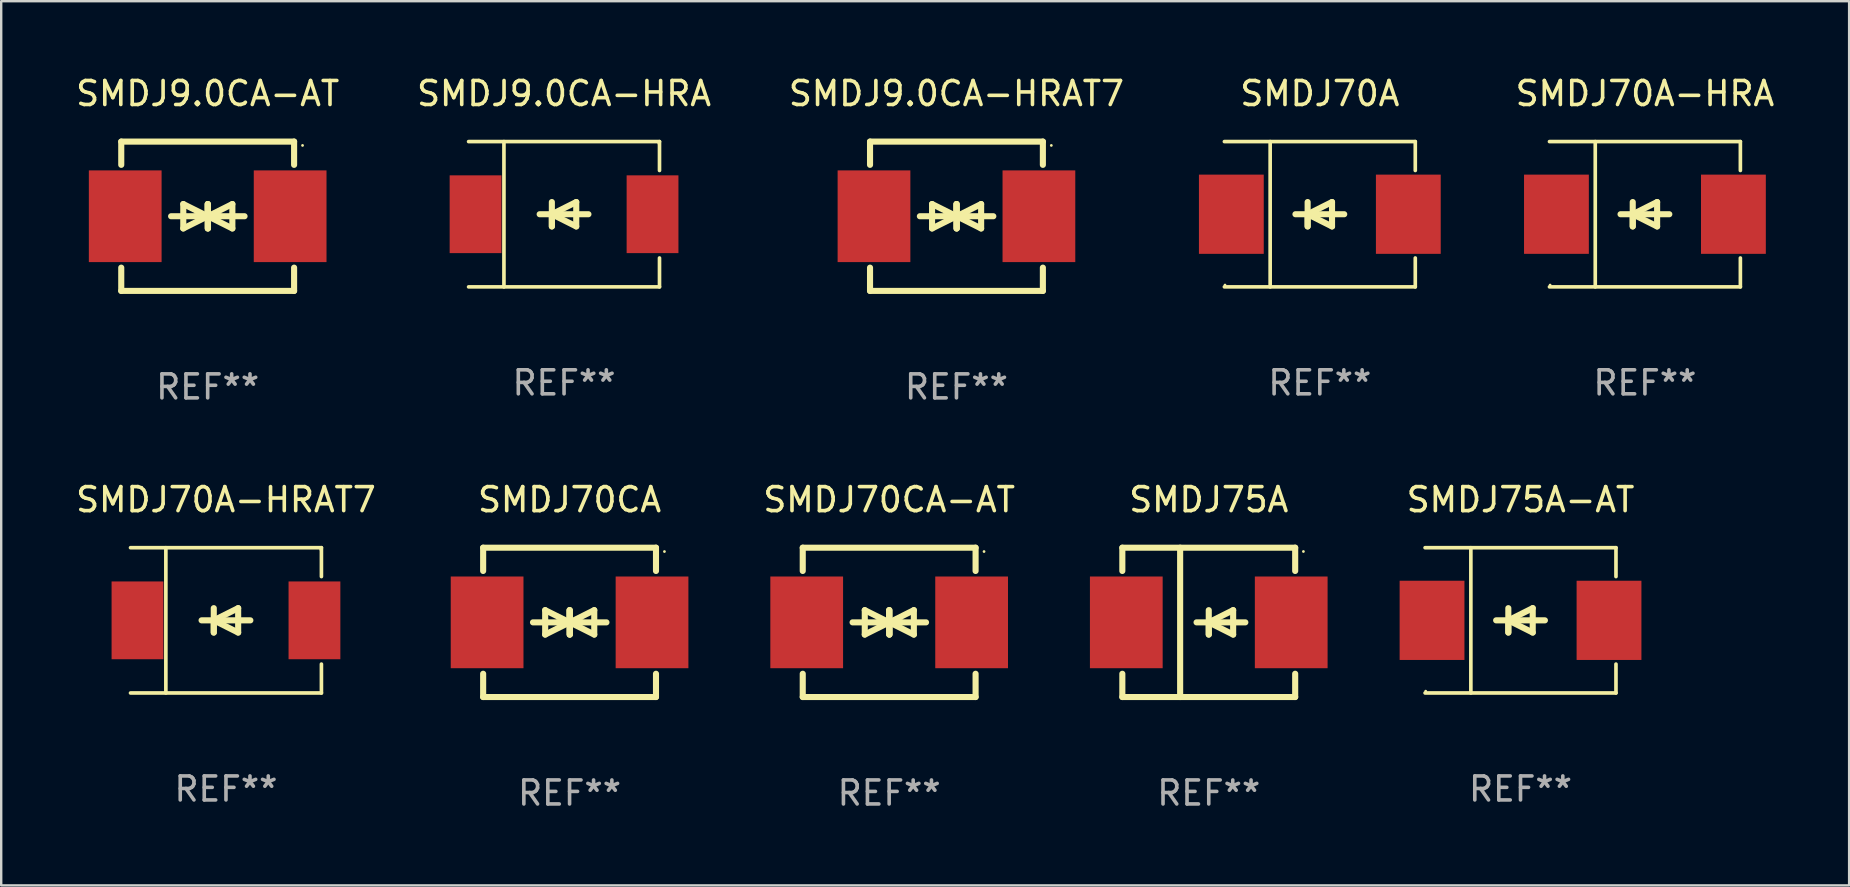
<source format=kicad_pcb>
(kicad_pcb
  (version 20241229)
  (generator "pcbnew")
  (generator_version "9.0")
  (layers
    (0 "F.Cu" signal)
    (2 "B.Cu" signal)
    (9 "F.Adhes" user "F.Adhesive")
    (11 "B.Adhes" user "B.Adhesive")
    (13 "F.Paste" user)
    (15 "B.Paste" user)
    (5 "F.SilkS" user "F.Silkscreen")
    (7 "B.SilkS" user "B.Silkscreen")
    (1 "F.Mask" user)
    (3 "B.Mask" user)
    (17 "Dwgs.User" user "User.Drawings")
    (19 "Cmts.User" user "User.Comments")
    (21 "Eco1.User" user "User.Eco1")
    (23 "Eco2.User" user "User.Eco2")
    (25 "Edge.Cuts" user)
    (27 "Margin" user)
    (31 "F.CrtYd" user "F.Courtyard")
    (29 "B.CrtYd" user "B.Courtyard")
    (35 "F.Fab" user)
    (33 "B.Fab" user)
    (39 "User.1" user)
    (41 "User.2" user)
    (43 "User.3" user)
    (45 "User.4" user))
  (footprint "SMDJ70CA"
    (layer "F.Cu")
    (at 20.676 22.875)
    (property "Reference" "SMDJ70CA" (at 0 -5.11 0) (layer "F.SilkS") (effects (font (size 1 1) (thickness 0.15))))
    (attr through_hole)
    (fp_line (start -3.6 -2.141) (end -3.6 -3.11) (stroke (width 0.254) (type solid)) (layer "F.SilkS"))
    (fp_line (start -3.6 3.11) (end -3.6 2.141) (stroke (width 0.254) (type solid)) (layer "F.SilkS"))
    (fp_line (start -1.524 0) (end 0.508 0) (stroke (width 0.254) (type solid)) (layer "F.SilkS"))
    (fp_line (start -1.016 -0.508) (end -1.016 0.508) (stroke (width 0.254) (type solid)) (layer "F.SilkS"))
    (fp_line (start -1.016 0.508) (end 0 0) (stroke (width 0.254) (type solid)) (layer "F.SilkS"))
    (fp_line (start 0 -0.508) (end 0 0.508) (stroke (width 0.254) (type solid)) (layer "F.SilkS"))
    (fp_line (start 0 0) (end -1.016 -0.508) (stroke (width 0.254) (type solid)) (layer "F.SilkS"))
    (fp_line (start 0 0) (end 0 -0.508) (stroke (width 0.254) (type solid)) (layer "F.SilkS"))
    (fp_line (start 0.012 0) (end 0.012 0.508) (stroke (width 0.254) (type solid)) (layer "F.SilkS"))
    (fp_line (start 0.012 0) (end 1.028 0.508) (stroke (width 0.254) (type solid)) (layer "F.SilkS"))
    (fp_line (start 0.012 0.508) (end 0.012 -0.508) (stroke (width 0.254) (type solid)) (layer "F.SilkS"))
    (fp_line (start 1.028 -0.508) (end 0.012 0) (stroke (width 0.254) (type solid)) (layer "F.SilkS"))
    (fp_line (start 1.028 0.508) (end 1.028 -0.508) (stroke (width 0.254) (type solid)) (layer "F.SilkS"))
    (fp_line (start 1.536 0) (end -0.496 0) (stroke (width 0.254) (type solid)) (layer "F.SilkS"))
    (fp_line (start 3.6 -3.11) (end -3.6 -3.11) (stroke (width 0.254) (type solid)) (layer "F.SilkS"))
    (fp_line (start 3.6 -2.141) (end 3.6 -3.11) (stroke (width 0.254) (type solid)) (layer "F.SilkS"))
    (fp_line (start 3.6 3.11) (end -3.6 3.11) (stroke (width 0.254) (type solid)) (layer "F.SilkS"))
    (fp_line (start 3.6 3.11) (end 3.6 2.141) (stroke (width 0.254) (type solid)) (layer "F.SilkS"))
    (fp_circle (center 3.952 -2.95) (end 3.982 -2.95) (stroke (width 0.06) (type solid)) (fill no) (layer "F.SilkS"))
    (fp_text user "REF**" (at 0 7.11 0) (layer "F.Fab") (effects (font (size 1 1) (thickness 0.15))))
    (pad "1" smd rect (at 3.435 0) (size 3.03 3.82) (layers "F.Cu" "F.Mask" "F.Paste"))
    (pad "2" smd rect (at -3.435 0) (size 3.03 3.82) (layers "F.Cu" "F.Mask" "F.Paste")))
  (footprint "SMDJ9.0CA-AT"
    (layer "F.Cu")
    (at 5.601 5.958)
    (property "Reference" "SMDJ9.0CA-AT" (at 0 -5.11 0) (layer "F.SilkS") (effects (font (size 1 1) (thickness 0.15))))
    (attr through_hole)
    (fp_line (start -3.6 -2.141) (end -3.6 -3.11) (stroke (width 0.254) (type solid)) (layer "F.SilkS"))
    (fp_line (start -3.6 3.11) (end -3.6 2.141) (stroke (width 0.254) (type solid)) (layer "F.SilkS"))
    (fp_line (start -1.524 0) (end 0.508 0) (stroke (width 0.254) (type solid)) (layer "F.SilkS"))
    (fp_line (start -1.016 -0.508) (end -1.016 0.508) (stroke (width 0.254) (type solid)) (layer "F.SilkS"))
    (fp_line (start -1.016 0.508) (end 0 0) (stroke (width 0.254) (type solid)) (layer "F.SilkS"))
    (fp_line (start 0 -0.508) (end 0 0.508) (stroke (width 0.254) (type solid)) (layer "F.SilkS"))
    (fp_line (start 0 0) (end -1.016 -0.508) (stroke (width 0.254) (type solid)) (layer "F.SilkS"))
    (fp_line (start 0 0) (end 0 -0.508) (stroke (width 0.254) (type solid)) (layer "F.SilkS"))
    (fp_line (start 0.012 0) (end 0.012 0.508) (stroke (width 0.254) (type solid)) (layer "F.SilkS"))
    (fp_line (start 0.012 0) (end 1.028 0.508) (stroke (width 0.254) (type solid)) (layer "F.SilkS"))
    (fp_line (start 0.012 0.508) (end 0.012 -0.508) (stroke (width 0.254) (type solid)) (layer "F.SilkS"))
    (fp_line (start 1.028 -0.508) (end 0.012 0) (stroke (width 0.254) (type solid)) (layer "F.SilkS"))
    (fp_line (start 1.028 0.508) (end 1.028 -0.508) (stroke (width 0.254) (type solid)) (layer "F.SilkS"))
    (fp_line (start 1.536 0) (end -0.496 0) (stroke (width 0.254) (type solid)) (layer "F.SilkS"))
    (fp_line (start 3.6 -3.11) (end -3.6 -3.11) (stroke (width 0.254) (type solid)) (layer "F.SilkS"))
    (fp_line (start 3.6 -2.141) (end 3.6 -3.11) (stroke (width 0.254) (type solid)) (layer "F.SilkS"))
    (fp_line (start 3.6 3.11) (end -3.6 3.11) (stroke (width 0.254) (type solid)) (layer "F.SilkS"))
    (fp_line (start 3.6 3.11) (end 3.6 2.141) (stroke (width 0.254) (type solid)) (layer "F.SilkS"))
    (fp_circle (center 3.952 -2.95) (end 3.982 -2.95) (stroke (width 0.06) (type solid)) (fill no) (layer "F.SilkS"))
    (fp_text user "REF**" (at 0 7.11 0) (layer "F.Fab") (effects (font (size 1 1) (thickness 0.15))))
    (pad "1" smd rect (at 3.435 0) (size 3.03 3.82) (layers "F.Cu" "F.Mask" "F.Paste"))
    (pad "2" smd rect (at -3.435 0) (size 3.03 3.82) (layers "F.Cu" "F.Mask" "F.Paste")))
  (footprint "SMDJ70CA-AT"
    (layer "F.Cu")
    (at 33.989 22.875)
    (property "Reference" "SMDJ70CA-AT" (at 0 -5.11 0) (layer "F.SilkS") (effects (font (size 1 1) (thickness 0.15))))
    (attr through_hole)
    (fp_line (start -3.6 -2.141) (end -3.6 -3.11) (stroke (width 0.254) (type solid)) (layer "F.SilkS"))
    (fp_line (start -3.6 3.11) (end -3.6 2.141) (stroke (width 0.254) (type solid)) (layer "F.SilkS"))
    (fp_line (start -1.524 0) (end 0.508 0) (stroke (width 0.254) (type solid)) (layer "F.SilkS"))
    (fp_line (start -1.016 -0.508) (end -1.016 0.508) (stroke (width 0.254) (type solid)) (layer "F.SilkS"))
    (fp_line (start -1.016 0.508) (end 0 0) (stroke (width 0.254) (type solid)) (layer "F.SilkS"))
    (fp_line (start 0 -0.508) (end 0 0.508) (stroke (width 0.254) (type solid)) (layer "F.SilkS"))
    (fp_line (start 0 0) (end -1.016 -0.508) (stroke (width 0.254) (type solid)) (layer "F.SilkS"))
    (fp_line (start 0 0) (end 0 -0.508) (stroke (width 0.254) (type solid)) (layer "F.SilkS"))
    (fp_line (start 0.012 0) (end 0.012 0.508) (stroke (width 0.254) (type solid)) (layer "F.SilkS"))
    (fp_line (start 0.012 0) (end 1.028 0.508) (stroke (width 0.254) (type solid)) (layer "F.SilkS"))
    (fp_line (start 0.012 0.508) (end 0.012 -0.508) (stroke (width 0.254) (type solid)) (layer "F.SilkS"))
    (fp_line (start 1.028 -0.508) (end 0.012 0) (stroke (width 0.254) (type solid)) (layer "F.SilkS"))
    (fp_line (start 1.028 0.508) (end 1.028 -0.508) (stroke (width 0.254) (type solid)) (layer "F.SilkS"))
    (fp_line (start 1.536 0) (end -0.496 0) (stroke (width 0.254) (type solid)) (layer "F.SilkS"))
    (fp_line (start 3.6 -3.11) (end -3.6 -3.11) (stroke (width 0.254) (type solid)) (layer "F.SilkS"))
    (fp_line (start 3.6 -2.141) (end 3.6 -3.11) (stroke (width 0.254) (type solid)) (layer "F.SilkS"))
    (fp_line (start 3.6 3.11) (end -3.6 3.11) (stroke (width 0.254) (type solid)) (layer "F.SilkS"))
    (fp_line (start 3.6 3.11) (end 3.6 2.141) (stroke (width 0.254) (type solid)) (layer "F.SilkS"))
    (fp_circle (center 3.952 -2.95) (end 3.982 -2.95) (stroke (width 0.06) (type solid)) (fill no) (layer "F.SilkS"))
    (fp_text user "REF**" (at 0 7.11 0) (layer "F.Fab") (effects (font (size 1 1) (thickness 0.15))))
    (pad "1" smd rect (at 3.435 0) (size 3.03 3.82) (layers "F.Cu" "F.Mask" "F.Paste"))
    (pad "2" smd rect (at -3.435 0) (size 3.03 3.82) (layers "F.Cu" "F.Mask" "F.Paste")))
  (footprint "SMDJ75A"
    (layer "F.Cu")
    (at 47.302 22.875)
    (property "Reference" "SMDJ75A" (at 0 -5.11 0) (layer "F.SilkS") (effects (font (size 1 1) (thickness 0.15))))
    (attr through_hole)
    (fp_line (start -3.6 -3.11) (end -3.6 -2.141) (stroke (width 0.254) (type solid)) (layer "F.SilkS"))
    (fp_line (start -3.6 -3.11) (end 3.6 -3.11) (stroke (width 0.254) (type solid)) (layer "F.SilkS"))
    (fp_line (start -3.6 2.141) (end -3.6 3.11) (stroke (width 0.254) (type solid)) (layer "F.SilkS"))
    (fp_line (start -3.6 3.11) (end 3.6 3.11) (stroke (width 0.254) (type solid)) (layer "F.SilkS"))
    (fp_line (start -1.192 -3.11) (end -1.192 3.11) (stroke (width 0.254) (type solid)) (layer "F.SilkS"))
    (fp_line (start 0 0) (end 0 0.508) (stroke (width 0.254) (type solid)) (layer "F.SilkS"))
    (fp_line (start 0 0) (end 1.016 0.508) (stroke (width 0.254) (type solid)) (layer "F.SilkS"))
    (fp_line (start 0 0.508) (end 0 -0.508) (stroke (width 0.254) (type solid)) (layer "F.SilkS"))
    (fp_line (start 1.016 -0.508) (end 0 0) (stroke (width 0.254) (type solid)) (layer "F.SilkS"))
    (fp_line (start 1.016 0.508) (end 1.016 -0.508) (stroke (width 0.254) (type solid)) (layer "F.SilkS"))
    (fp_line (start 1.524 0) (end -0.508 0) (stroke (width 0.254) (type solid)) (layer "F.SilkS"))
    (fp_line (start 3.6 -3.11) (end 3.6 -2.141) (stroke (width 0.254) (type solid)) (layer "F.SilkS"))
    (fp_line (start 3.6 2.141) (end 3.6 3.11) (stroke (width 0.254) (type solid)) (layer "F.SilkS"))
    (fp_circle (center 3.943 -2.952) (end 3.973 -2.952) (stroke (width 0.06) (type solid)) (fill no) (layer "F.SilkS"))
    (fp_text user "REF**" (at 0 7.11 0) (layer "F.Fab") (effects (font (size 1 1) (thickness 0.15))))
    (pad "1" smd rect (at 3.435 0 180) (size 3.03 3.82) (layers "F.Cu" "F.Mask" "F.Paste"))
    (pad "2" smd rect (at -3.435 0 180) (size 3.03 3.82) (layers "F.Cu" "F.Mask" "F.Paste")))
  (footprint "SMDJ70A-HRA"
    (layer "F.Cu")
    (at 65.471 5.874)
    (property "Reference" "SMDJ70A-HRA" (at 0 -5.026 0) (layer "F.SilkS") (effects (font (size 1 1) (thickness 0.15))))
    (attr through_hole)
    (fp_line (start -3.976 -3.026) (end 3.976 -3.026) (stroke (width 0.152) (type solid)) (layer "F.SilkS"))
    (fp_line (start -3.976 3.026) (end 3.976 3.026) (stroke (width 0.152) (type solid)) (layer "F.SilkS"))
    (fp_line (start -2.069 -3.026) (end -2.069 3.026) (stroke (width 0.152) (type solid)) (layer "F.SilkS"))
    (fp_line (start -0.508 0) (end -0.508 0.508) (stroke (width 0.254) (type solid)) (layer "F.SilkS"))
    (fp_line (start -0.508 0) (end 0.508 0.508) (stroke (width 0.254) (type solid)) (layer "F.SilkS"))
    (fp_line (start -0.508 0.508) (end -0.508 -0.508) (stroke (width 0.254) (type solid)) (layer "F.SilkS"))
    (fp_line (start 0.508 -0.508) (end -0.508 0) (stroke (width 0.254) (type solid)) (layer "F.SilkS"))
    (fp_line (start 0.508 0.508) (end 0.508 -0.508) (stroke (width 0.254) (type solid)) (layer "F.SilkS"))
    (fp_line (start 1.016 0) (end -1.016 0) (stroke (width 0.254) (type solid)) (layer "F.SilkS"))
    (fp_line (start 3.976 -3.026) (end 3.976 -1.823) (stroke (width 0.152) (type solid)) (layer "F.SilkS"))
    (fp_line (start 3.976 3.026) (end 3.976 1.823) (stroke (width 0.152) (type solid)) (layer "F.SilkS"))
    (fp_circle (center -3.95 2.95) (end -3.92 2.95) (stroke (width 0.06) (type solid)) (fill no) (layer "F.SilkS"))
    (fp_text user "REF**" (at 0 7.026 0) (layer "F.Fab") (effects (font (size 1 1) (thickness 0.15))))
    (pad "1" smd rect (at -3.686 0) (size 2.7 3.3) (layers "F.Cu" "F.Mask" "F.Paste"))
    (pad "2" smd rect (at 3.686 0) (size 2.7 3.3) (layers "F.Cu" "F.Mask" "F.Paste")))
  (footprint "SMDJ9.0CA-HRA"
    (layer "F.Cu")
    (at 20.446 5.874)
    (property "Reference" "SMDJ9.0CA-HRA" (at 0 -5.026 0) (layer "F.SilkS") (effects (font (size 1 1) (thickness 0.15))))
    (attr through_hole)
    (fp_line (start -3.976 -3.026) (end 3.976 -3.026) (stroke (width 0.152) (type solid)) (layer "F.SilkS"))
    (fp_line (start -3.976 3.026) (end 3.976 3.026) (stroke (width 0.152) (type solid)) (layer "F.SilkS"))
    (fp_line (start -2.504 -3.026) (end -2.504 3.026) (stroke (width 0.152) (type solid)) (layer "F.SilkS"))
    (fp_line (start -0.508 0) (end -0.508 0.508) (stroke (width 0.254) (type solid)) (layer "F.SilkS"))
    (fp_line (start -0.508 0) (end 0.508 0.508) (stroke (width 0.254) (type solid)) (layer "F.SilkS"))
    (fp_line (start -0.508 0.508) (end -0.508 -0.508) (stroke (width 0.254) (type solid)) (layer "F.SilkS"))
    (fp_line (start 0.508 -0.508) (end -0.508 0) (stroke (width 0.254) (type solid)) (layer "F.SilkS"))
    (fp_line (start 0.508 0.508) (end 0.508 -0.508) (stroke (width 0.254) (type solid)) (layer "F.SilkS"))
    (fp_line (start 1.016 0) (end -1.016 0) (stroke (width 0.254) (type solid)) (layer "F.SilkS"))
    (fp_line (start 3.976 -3.026) (end 3.976 -1.823) (stroke (width 0.152) (type solid)) (layer "F.SilkS"))
    (fp_line (start 3.976 3.026) (end 3.976 1.823) (stroke (width 0.152) (type solid)) (layer "F.SilkS"))
    (fp_circle (center 3.95 -2.95) (end 3.98 -2.95) (stroke (width 0.06) (type solid)) (fill no) (layer "F.SilkS"))
    (fp_text user "REF**" (at 0 7.026 0) (layer "F.Fab") (effects (font (size 1 1) (thickness 0.15))))
    (pad "1" smd rect (at 3.686 0 180) (size 2.158 3.24) (layers "F.Cu" "F.Mask" "F.Paste"))
    (pad "2" smd rect (at -3.686 0 180) (size 2.158 3.24) (layers "F.Cu" "F.Mask" "F.Paste")))
  (footprint "SMDJ9.0CA-HRAT7"
    (layer "F.Cu")
    (at 36.792 5.958)
    (property "Reference" "SMDJ9.0CA-HRAT7" (at 0 -5.11 0) (layer "F.SilkS") (effects (font (size 1 1) (thickness 0.15))))
    (attr through_hole)
    (fp_line (start -3.6 -2.141) (end -3.6 -3.11) (stroke (width 0.254) (type solid)) (layer "F.SilkS"))
    (fp_line (start -3.6 3.11) (end -3.6 2.141) (stroke (width 0.254) (type solid)) (layer "F.SilkS"))
    (fp_line (start -1.524 0) (end 0.508 0) (stroke (width 0.254) (type solid)) (layer "F.SilkS"))
    (fp_line (start -1.016 -0.508) (end -1.016 0.508) (stroke (width 0.254) (type solid)) (layer "F.SilkS"))
    (fp_line (start -1.016 0.508) (end 0 0) (stroke (width 0.254) (type solid)) (layer "F.SilkS"))
    (fp_line (start 0 -0.508) (end 0 0.508) (stroke (width 0.254) (type solid)) (layer "F.SilkS"))
    (fp_line (start 0 0) (end -1.016 -0.508) (stroke (width 0.254) (type solid)) (layer "F.SilkS"))
    (fp_line (start 0 0) (end 0 -0.508) (stroke (width 0.254) (type solid)) (layer "F.SilkS"))
    (fp_line (start 0.012 0) (end 0.012 0.508) (stroke (width 0.254) (type solid)) (layer "F.SilkS"))
    (fp_line (start 0.012 0) (end 1.028 0.508) (stroke (width 0.254) (type solid)) (layer "F.SilkS"))
    (fp_line (start 0.012 0.508) (end 0.012 -0.508) (stroke (width 0.254) (type solid)) (layer "F.SilkS"))
    (fp_line (start 1.028 -0.508) (end 0.012 0) (stroke (width 0.254) (type solid)) (layer "F.SilkS"))
    (fp_line (start 1.028 0.508) (end 1.028 -0.508) (stroke (width 0.254) (type solid)) (layer "F.SilkS"))
    (fp_line (start 1.536 0) (end -0.496 0) (stroke (width 0.254) (type solid)) (layer "F.SilkS"))
    (fp_line (start 3.6 -3.11) (end -3.6 -3.11) (stroke (width 0.254) (type solid)) (layer "F.SilkS"))
    (fp_line (start 3.6 -2.141) (end 3.6 -3.11) (stroke (width 0.254) (type solid)) (layer "F.SilkS"))
    (fp_line (start 3.6 3.11) (end -3.6 3.11) (stroke (width 0.254) (type solid)) (layer "F.SilkS"))
    (fp_line (start 3.6 3.11) (end 3.6 2.141) (stroke (width 0.254) (type solid)) (layer "F.SilkS"))
    (fp_circle (center 3.952 -2.95) (end 3.982 -2.95) (stroke (width 0.06) (type solid)) (fill no) (layer "F.SilkS"))
    (fp_text user "REF**" (at 0 7.11 0) (layer "F.Fab") (effects (font (size 1 1) (thickness 0.15))))
    (pad "1" smd rect (at 3.435 0) (size 3.03 3.82) (layers "F.Cu" "F.Mask" "F.Paste"))
    (pad "2" smd rect (at -3.435 0) (size 3.03 3.82) (layers "F.Cu" "F.Mask" "F.Paste")))
  (footprint "SMDJ70A-HRAT7"
    (layer "F.Cu")
    (at 6.363 22.791)
    (property "Reference" "SMDJ70A-HRAT7" (at 0 -5.026 0) (layer "F.SilkS") (effects (font (size 1 1) (thickness 0.15))))
    (attr through_hole)
    (fp_line (start -3.976 -3.026) (end 3.976 -3.026) (stroke (width 0.152) (type solid)) (layer "F.SilkS"))
    (fp_line (start -3.976 3.026) (end 3.976 3.026) (stroke (width 0.152) (type solid)) (layer "F.SilkS"))
    (fp_line (start -2.504 -3.026) (end -2.504 3.026) (stroke (width 0.152) (type solid)) (layer "F.SilkS"))
    (fp_line (start -0.508 0) (end -0.508 0.508) (stroke (width 0.254) (type solid)) (layer "F.SilkS"))
    (fp_line (start -0.508 0) (end 0.508 0.508) (stroke (width 0.254) (type solid)) (layer "F.SilkS"))
    (fp_line (start -0.508 0.508) (end -0.508 -0.508) (stroke (width 0.254) (type solid)) (layer "F.SilkS"))
    (fp_line (start 0.508 -0.508) (end -0.508 0) (stroke (width 0.254) (type solid)) (layer "F.SilkS"))
    (fp_line (start 0.508 0.508) (end 0.508 -0.508) (stroke (width 0.254) (type solid)) (layer "F.SilkS"))
    (fp_line (start 1.016 0) (end -1.016 0) (stroke (width 0.254) (type solid)) (layer "F.SilkS"))
    (fp_line (start 3.976 -3.026) (end 3.976 -1.823) (stroke (width 0.152) (type solid)) (layer "F.SilkS"))
    (fp_line (start 3.976 3.026) (end 3.976 1.823) (stroke (width 0.152) (type solid)) (layer "F.SilkS"))
    (fp_circle (center 3.95 -2.95) (end 3.98 -2.95) (stroke (width 0.06) (type solid)) (fill no) (layer "F.SilkS"))
    (fp_text user "REF**" (at 0 7.026 0) (layer "F.Fab") (effects (font (size 1 1) (thickness 0.15))))
    (pad "1" smd rect (at 3.686 0 180) (size 2.158 3.24) (layers "F.Cu" "F.Mask" "F.Paste"))
    (pad "2" smd rect (at -3.686 0 180) (size 2.158 3.24) (layers "F.Cu" "F.Mask" "F.Paste")))
  (footprint "SMDJ75A-AT"
    (layer "F.Cu")
    (at 60.289 22.791)
    (property "Reference" "SMDJ75A-AT" (at 0 -5.026 0) (layer "F.SilkS") (effects (font (size 1 1) (thickness 0.15))))
    (attr through_hole)
    (fp_line (start -3.976 -3.026) (end 3.976 -3.026) (stroke (width 0.152) (type solid)) (layer "F.SilkS"))
    (fp_line (start -3.976 3.026) (end 3.976 3.026) (stroke (width 0.152) (type solid)) (layer "F.SilkS"))
    (fp_line (start -2.069 -3.026) (end -2.069 3.026) (stroke (width 0.152) (type solid)) (layer "F.SilkS"))
    (fp_line (start -0.508 0) (end -0.508 0.508) (stroke (width 0.254) (type solid)) (layer "F.SilkS"))
    (fp_line (start -0.508 0) (end 0.508 0.508) (stroke (width 0.254) (type solid)) (layer "F.SilkS"))
    (fp_line (start -0.508 0.508) (end -0.508 -0.508) (stroke (width 0.254) (type solid)) (layer "F.SilkS"))
    (fp_line (start 0.508 -0.508) (end -0.508 0) (stroke (width 0.254) (type solid)) (layer "F.SilkS"))
    (fp_line (start 0.508 0.508) (end 0.508 -0.508) (stroke (width 0.254) (type solid)) (layer "F.SilkS"))
    (fp_line (start 1.016 0) (end -1.016 0) (stroke (width 0.254) (type solid)) (layer "F.SilkS"))
    (fp_line (start 3.976 -3.026) (end 3.976 -1.823) (stroke (width 0.152) (type solid)) (layer "F.SilkS"))
    (fp_line (start 3.976 3.026) (end 3.976 1.823) (stroke (width 0.152) (type solid)) (layer "F.SilkS"))
    (fp_circle (center -3.95 2.95) (end -3.92 2.95) (stroke (width 0.06) (type solid)) (fill no) (layer "F.SilkS"))
    (fp_text user "REF**" (at 0 7.026 0) (layer "F.Fab") (effects (font (size 1 1) (thickness 0.15))))
    (pad "1" smd rect (at -3.686 0) (size 2.7 3.3) (layers "F.Cu" "F.Mask" "F.Paste"))
    (pad "2" smd rect (at 3.686 0) (size 2.7 3.3) (layers "F.Cu" "F.Mask" "F.Paste")))
  (footprint "SMDJ70A"
    (layer "F.Cu")
    (at 51.929 5.874)
    (property "Reference" "SMDJ70A" (at 0 -5.026 0) (layer "F.SilkS") (effects (font (size 1 1) (thickness 0.15))))
    (attr through_hole)
    (fp_line (start -3.976 -3.026) (end 3.976 -3.026) (stroke (width 0.152) (type solid)) (layer "F.SilkS"))
    (fp_line (start -3.976 3.026) (end 3.976 3.026) (stroke (width 0.152) (type solid)) (layer "F.SilkS"))
    (fp_line (start -2.069 -3.026) (end -2.069 3.026) (stroke (width 0.152) (type solid)) (layer "F.SilkS"))
    (fp_line (start -0.508 0) (end -0.508 0.508) (stroke (width 0.254) (type solid)) (layer "F.SilkS"))
    (fp_line (start -0.508 0) (end 0.508 0.508) (stroke (width 0.254) (type solid)) (layer "F.SilkS"))
    (fp_line (start -0.508 0.508) (end -0.508 -0.508) (stroke (width 0.254) (type solid)) (layer "F.SilkS"))
    (fp_line (start 0.508 -0.508) (end -0.508 0) (stroke (width 0.254) (type solid)) (layer "F.SilkS"))
    (fp_line (start 0.508 0.508) (end 0.508 -0.508) (stroke (width 0.254) (type solid)) (layer "F.SilkS"))
    (fp_line (start 1.016 0) (end -1.016 0) (stroke (width 0.254) (type solid)) (layer "F.SilkS"))
    (fp_line (start 3.976 -3.026) (end 3.976 -1.823) (stroke (width 0.152) (type solid)) (layer "F.SilkS"))
    (fp_line (start 3.976 3.026) (end 3.976 1.823) (stroke (width 0.152) (type solid)) (layer "F.SilkS"))
    (fp_circle (center -3.95 2.95) (end -3.92 2.95) (stroke (width 0.06) (type solid)) (fill no) (layer "F.SilkS"))
    (fp_text user "REF**" (at 0 7.026 0) (layer "F.Fab") (effects (font (size 1 1) (thickness 0.15))))
    (pad "1" smd rect (at -3.686 0) (size 2.7 3.3) (layers "F.Cu" "F.Mask" "F.Paste"))
    (pad "2" smd rect (at 3.686 0) (size 2.7 3.3) (layers "F.Cu" "F.Mask" "F.Paste")))
  (gr_rect
    (start -3 -3)
    (end 73.977 33.833)
    (stroke (width 0.1) (type default))
    (fill no)
    (layer "Edge.Cuts")))
</source>
